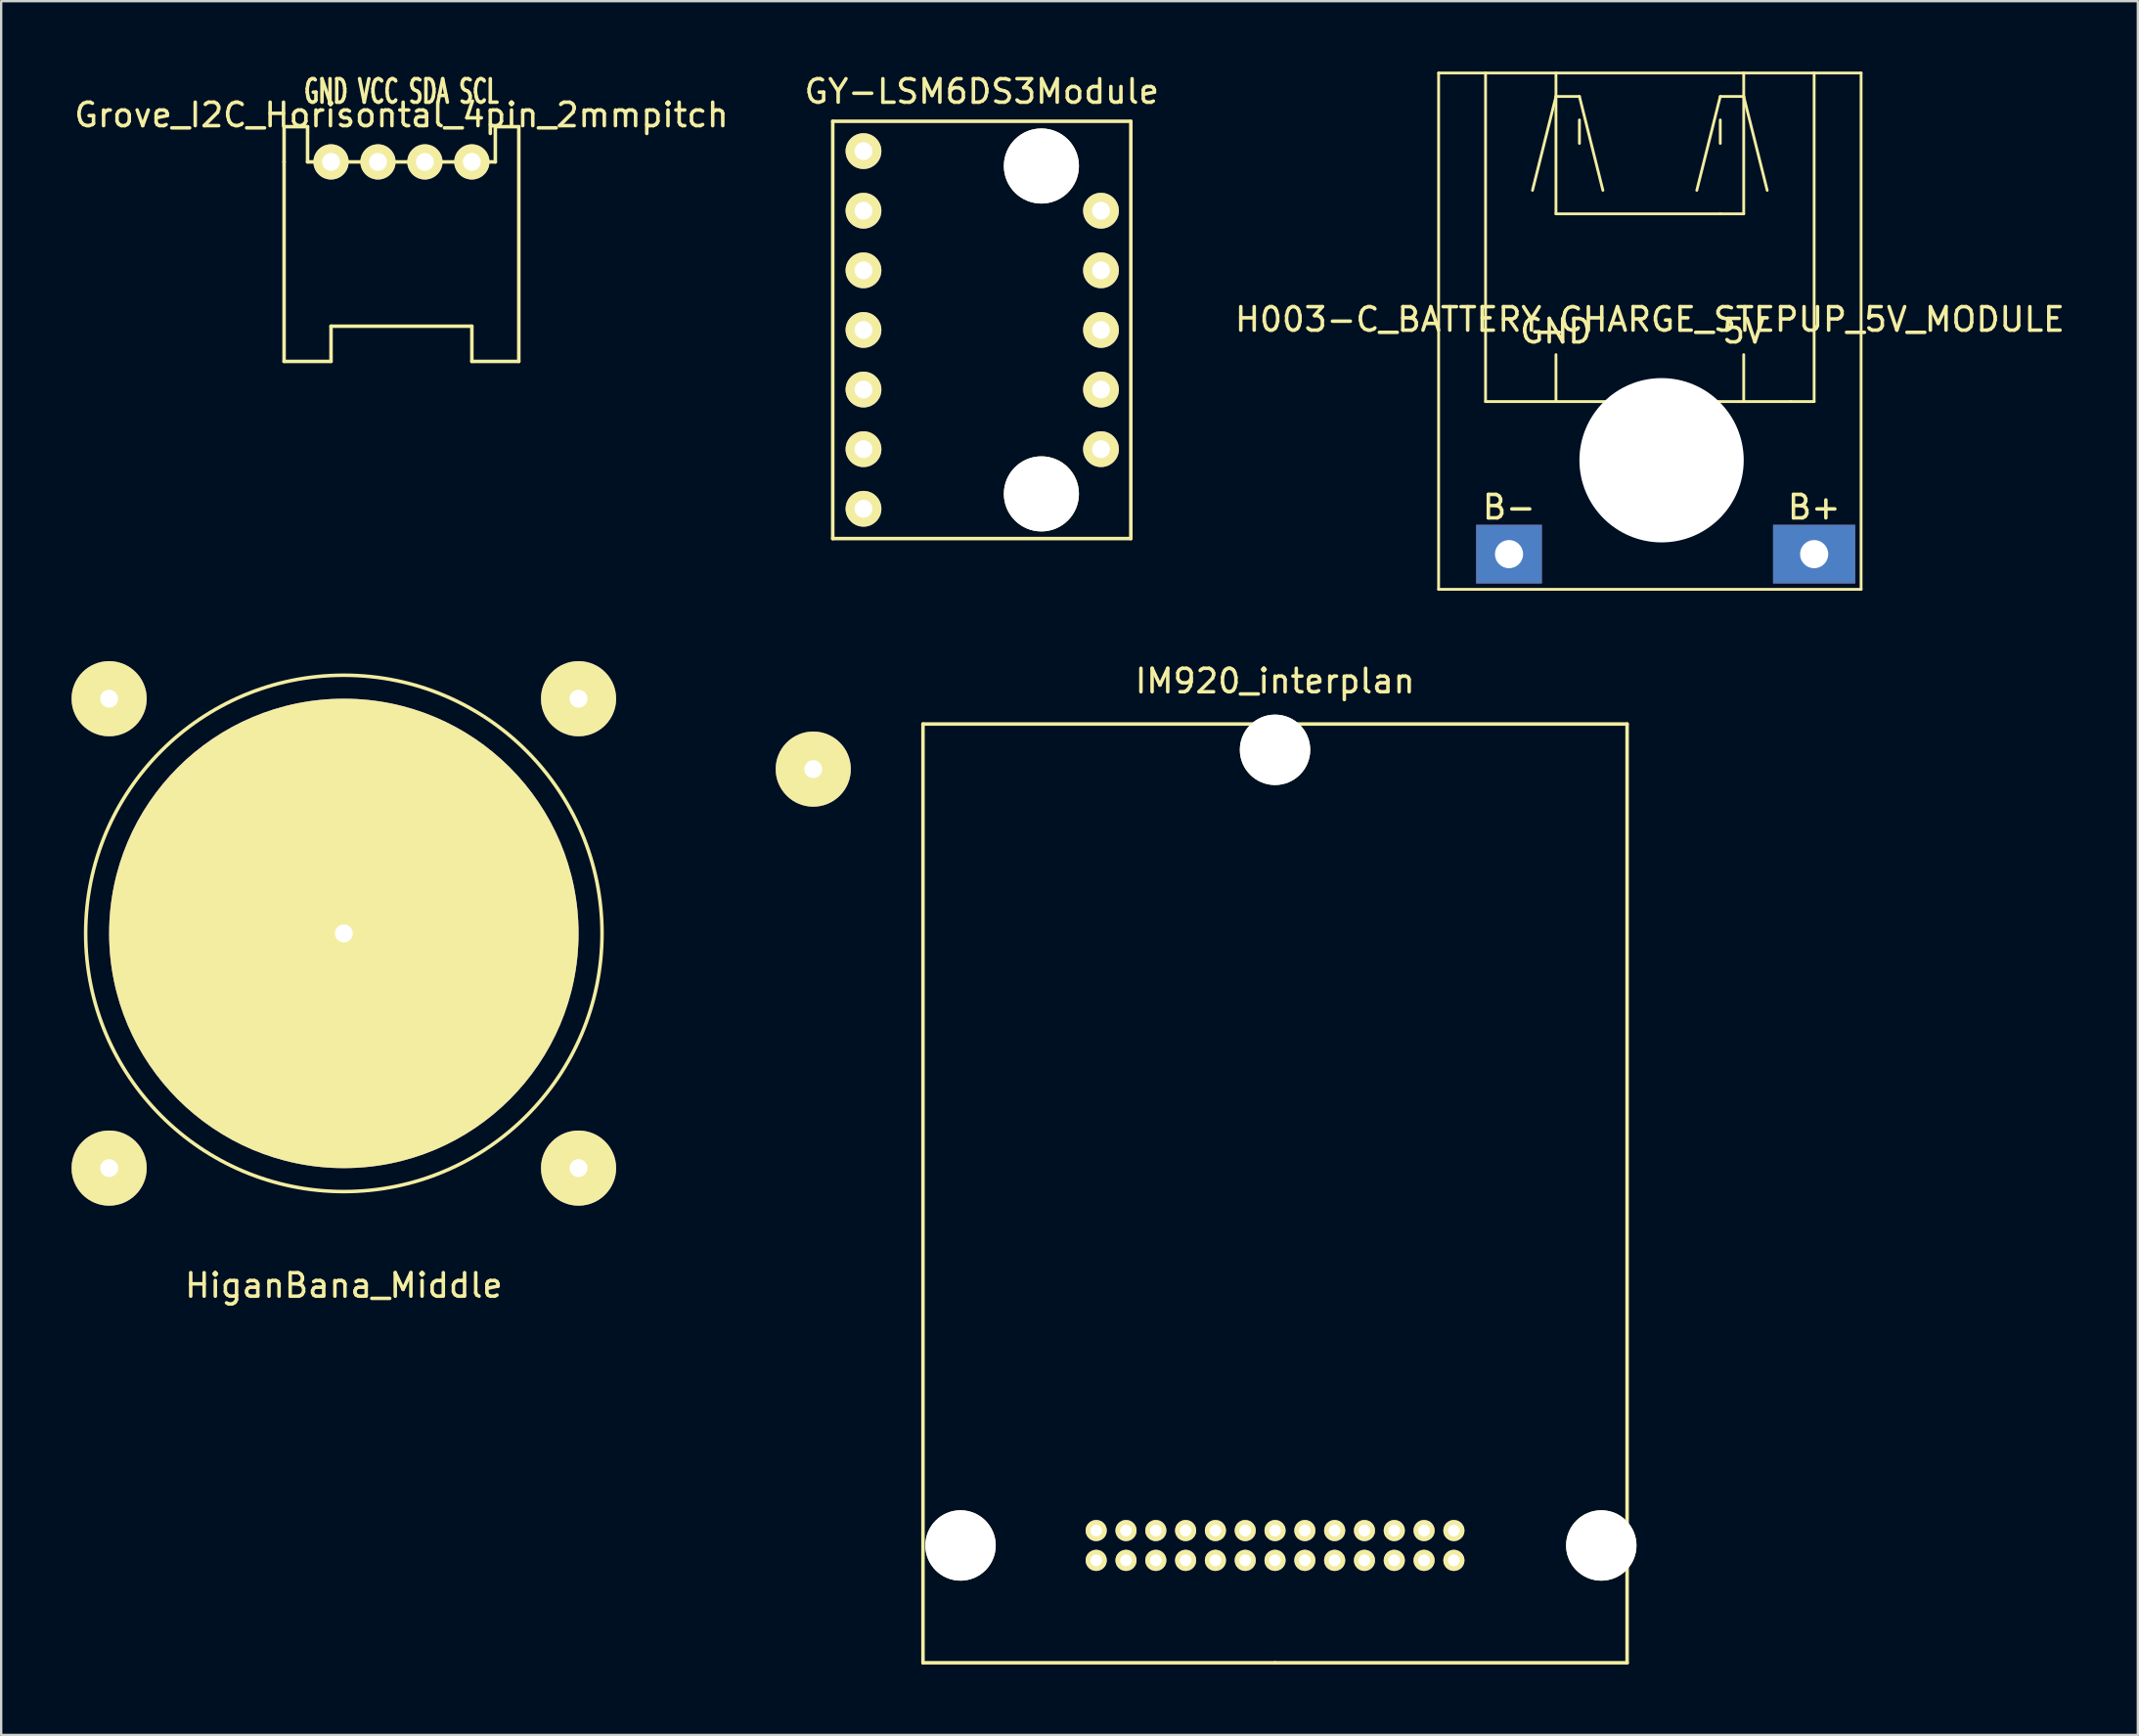
<source format=kicad_pcb>
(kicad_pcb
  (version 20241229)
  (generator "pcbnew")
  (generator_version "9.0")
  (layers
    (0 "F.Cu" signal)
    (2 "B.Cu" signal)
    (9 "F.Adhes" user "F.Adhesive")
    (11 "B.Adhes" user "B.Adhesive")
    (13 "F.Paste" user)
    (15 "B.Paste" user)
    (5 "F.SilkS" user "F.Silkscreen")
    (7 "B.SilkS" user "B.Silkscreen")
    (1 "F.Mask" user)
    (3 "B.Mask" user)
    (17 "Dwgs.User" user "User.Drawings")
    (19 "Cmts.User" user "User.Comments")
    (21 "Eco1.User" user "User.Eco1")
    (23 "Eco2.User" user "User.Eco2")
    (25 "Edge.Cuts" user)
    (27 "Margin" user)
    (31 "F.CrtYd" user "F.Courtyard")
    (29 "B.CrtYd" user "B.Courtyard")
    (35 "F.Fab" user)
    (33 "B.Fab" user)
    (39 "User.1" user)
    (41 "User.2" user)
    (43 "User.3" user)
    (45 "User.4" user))
  (footprint "HiganBana_Middle"
    (layer "F.Cu")
    (at 11.6 36.72)
    (property "Reference" "HiganBana_Middle" (at 0 15 0) (layer "F.SilkS") (effects (font (size 1 1) (thickness 0.15))))
    (attr through_hole)
    (fp_circle (center 0 0) (end 11 0) (stroke (width 0.15) (type solid)) (fill no) (layer "F.SilkS"))
    (pad "" np_thru_hole circle (at -10 -10) (size 3.2 3.2) (drill 0.762) (layers "*.Cu" "*.Mask" "F.SilkS"))
    (pad "" np_thru_hole circle (at -10 10) (size 3.2 3.2) (drill 0.762) (layers "*.Cu" "*.Mask" "F.SilkS"))
    (pad "" np_thru_hole circle (at 0 0) (size 20 20) (drill 0.762) (layers "*.Cu" "*.Mask" "F.SilkS"))
    (pad "" np_thru_hole circle (at 10 -10) (size 3.2 3.2) (drill 0.762) (layers "*.Cu" "*.Mask" "F.SilkS"))
    (pad "" np_thru_hole circle (at 10 10) (size 3.2 3.2) (drill 0.762) (layers "*.Cu" "*.Mask" "F.SilkS"))
    (pad "" np_thru_hole circle (at 20 -7) (size 3.2 3.2) (drill 0.762) (layers "*.Cu" "*.Mask" "F.SilkS")))
  (footprint "H003-C_BATTERY_CHARGE_STEPUP_5V_MODULE"
    (layer "F.Cu")
    (at 67.244 10.06)
    (property "Reference" "H003-C_BATTERY_CHARGE_STEPUP_5V_MODULE" (at 0 0.5 0) (layer "F.SilkS") (effects (font (size 1 1) (thickness 0.15))))
    (attr through_hole)
    (fp_line (start -9 -10) (end -9 12) (stroke (width 0.12) (type solid)) (layer "F.SilkS"))
    (fp_line (start -9 12) (end 9 12) (stroke (width 0.12) (type solid)) (layer "F.SilkS"))
    (fp_line (start -7 -10) (end -7 4) (stroke (width 0.12) (type solid)) (layer "F.SilkS"))
    (fp_line (start -7 4) (end 6 4) (stroke (width 0.12) (type solid)) (layer "F.SilkS"))
    (fp_line (start -5 -5) (end -4 -9) (stroke (width 0.12) (type solid)) (layer "F.SilkS"))
    (fp_line (start -4 -10) (end -4 -4) (stroke (width 0.12) (type solid)) (layer "F.SilkS"))
    (fp_line (start -4 -9) (end -3 -9) (stroke (width 0.12) (type solid)) (layer "F.SilkS"))
    (fp_line (start -4 -4) (end 3 -4) (stroke (width 0.12) (type solid)) (layer "F.SilkS"))
    (fp_line (start -4 2) (end -4 4) (stroke (width 0.12) (type solid)) (layer "F.SilkS"))
    (fp_line (start -3 -9) (end -2 -5) (stroke (width 0.12) (type solid)) (layer "F.SilkS"))
    (fp_line (start -3 -8) (end -3 -7) (stroke (width 0.12) (type solid)) (layer "F.SilkS"))
    (fp_line (start 3 -9) (end 2 -5) (stroke (width 0.12) (type solid)) (layer "F.SilkS"))
    (fp_line (start 3 -8) (end 3 -7) (stroke (width 0.12) (type solid)) (layer "F.SilkS"))
    (fp_line (start 3 -4) (end 4 -4) (stroke (width 0.12) (type solid)) (layer "F.SilkS"))
    (fp_line (start 4 -9) (end 3 -9) (stroke (width 0.12) (type solid)) (layer "F.SilkS"))
    (fp_line (start 4 -4) (end 4 -10) (stroke (width 0.12) (type solid)) (layer "F.SilkS"))
    (fp_line (start 4 2) (end 4 4) (stroke (width 0.12) (type solid)) (layer "F.SilkS"))
    (fp_line (start 5 -5) (end 4 -9) (stroke (width 0.12) (type solid)) (layer "F.SilkS"))
    (fp_line (start 6 4) (end 7 4) (stroke (width 0.12) (type solid)) (layer "F.SilkS"))
    (fp_line (start 7 4) (end 7 -10) (stroke (width 0.12) (type solid)) (layer "F.SilkS"))
    (fp_line (start 9 -10) (end -9 -10) (stroke (width 0.12) (type solid)) (layer "F.SilkS"))
    (fp_line (start 9 12) (end 9 -10) (stroke (width 0.12) (type solid)) (layer "F.SilkS"))
    (fp_text user "5V" (at 4 1 0) (layer "F.SilkS") (effects (font (size 1 1) (thickness 0.15))))
    (fp_text user "B-" (at -6 8.5 0) (layer "F.SilkS") (effects (font (size 1 1) (thickness 0.15))))
    (fp_text user "GND" (at -4 1 0) (layer "F.SilkS") (effects (font (size 1 1) (thickness 0.15))))
    (fp_text user "B+" (at 7 8.5 0) (layer "F.SilkS") (effects (font (size 1 1) (thickness 0.15))))
    (pad "" np_thru_hole circle (at 0.5 6.5) (size 7 7) (drill 7) (layers "*.Cu" "*.Mask"))
    (pad "1" thru_hole rect (at 7 10.5) (size 3.5 2.5) (drill 1.2) (layers "*.Cu" "*.Mask"))
    (pad "2" thru_hole rect (at -6 10.5) (size 2.8 2.5) (drill 1.2) (layers "*.Cu" "*.Mask")))
  (footprint "GY-LSM6DS3Module"
    (layer "F.Cu")
    (at 38.78 11.008)
    (property "Reference" "GY-LSM6DS3Module" (at 0 -10.16 0) (layer "F.SilkS") (effects (font (size 1 1) (thickness 0.15))))
    (attr through_hole)
    (fp_line (start -6.35 -8.89) (end -6.35 8.89) (stroke (width 0.15) (type solid)) (layer "F.SilkS"))
    (fp_line (start -6.35 8.89) (end 6.35 8.89) (stroke (width 0.15) (type solid)) (layer "F.SilkS"))
    (fp_line (start 6.35 -8.89) (end -6.35 -8.89) (stroke (width 0.15) (type solid)) (layer "F.SilkS"))
    (fp_line (start 6.35 8.89) (end 6.35 -8.89) (stroke (width 0.15) (type solid)) (layer "F.SilkS"))
    (pad "" np_thru_hole circle (at 2.54 -6.985) (size 3.2 3.2) (drill 3.2) (layers "*.Cu" "*.Mask" "F.SilkS"))
    (pad "" np_thru_hole circle (at 2.54 6.985) (size 3.2 3.2) (drill 3.2) (layers "*.Cu" "*.Mask" "F.SilkS"))
    (pad "1" thru_hole circle (at -5.04 -7.62) (size 1.524 1.524) (drill 0.762) (layers "*.Cu" "*.Mask" "F.SilkS"))
    (pad "2" thru_hole circle (at -5.04 -5.08) (size 1.524 1.524) (drill 0.762) (layers "*.Cu" "*.Mask" "F.SilkS"))
    (pad "3" thru_hole circle (at -5.04 -2.54) (size 1.524 1.524) (drill 0.762) (layers "*.Cu" "*.Mask" "F.SilkS"))
    (pad "4" thru_hole circle (at -5.04 0) (size 1.524 1.524) (drill 0.762) (layers "*.Cu" "*.Mask" "F.SilkS"))
    (pad "5" thru_hole circle (at -5.04 2.54) (size 1.524 1.524) (drill 0.762) (layers "*.Cu" "*.Mask" "F.SilkS"))
    (pad "6" thru_hole circle (at -5.04 5.08) (size 1.524 1.524) (drill 0.762) (layers "*.Cu" "*.Mask" "F.SilkS"))
    (pad "7" thru_hole circle (at -5.04 7.62) (size 1.524 1.524) (drill 0.762) (layers "*.Cu" "*.Mask" "F.SilkS"))
    (pad "8" thru_hole circle (at 5.08 5.08) (size 1.524 1.524) (drill 0.762) (layers "*.Cu" "*.Mask" "F.SilkS"))
    (pad "9" thru_hole circle (at 5.08 2.54) (size 1.524 1.524) (drill 0.762) (layers "*.Cu" "*.Mask" "F.SilkS"))
    (pad "10" thru_hole circle (at 5.08 0) (size 1.524 1.524) (drill 0.762) (layers "*.Cu" "*.Mask" "F.SilkS"))
    (pad "11" thru_hole circle (at 5.08 -2.54) (size 1.524 1.524) (drill 0.762) (layers "*.Cu" "*.Mask" "F.SilkS"))
    (pad "12" thru_hole circle (at 5.08 -5.08) (size 1.524 1.524) (drill 0.762) (layers "*.Cu" "*.Mask" "F.SilkS")))
  (footprint "Grove_I2C_Horisontal_4pin_2mmpitch"
    (layer "F.Cu")
    (at 14.054 3.848)
    (property "Reference" "Grove_I2C_Horisontal_4pin_2mmpitch" (at 0 -2 0) (layer "F.SilkS") (effects (font (size 1 1) (thickness 0.15))))
    (attr through_hole)
    (fp_line (start -5 -1.5) (end -4 -1.5) (stroke (width 0.15) (type solid)) (layer "F.SilkS"))
    (fp_line (start -5 0) (end -5 -1.5) (stroke (width 0.15) (type solid)) (layer "F.SilkS"))
    (fp_line (start -5 8.5) (end -5 0) (stroke (width 0.15) (type solid)) (layer "F.SilkS"))
    (fp_line (start -5 8.5) (end -3 8.5) (stroke (width 0.15) (type solid)) (layer "F.SilkS"))
    (fp_line (start -4 -1.5) (end -4 0) (stroke (width 0.15) (type solid)) (layer "F.SilkS"))
    (fp_line (start -4 0) (end 4 0) (stroke (width 0.15) (type solid)) (layer "F.SilkS"))
    (fp_line (start -3 7) (end 3 7) (stroke (width 0.15) (type solid)) (layer "F.SilkS"))
    (fp_line (start -3 8.5) (end -3 7) (stroke (width 0.15) (type solid)) (layer "F.SilkS"))
    (fp_line (start 3 8.5) (end 3 7) (stroke (width 0.15) (type solid)) (layer "F.SilkS"))
    (fp_line (start 4 -1.5) (end 5 -1.5) (stroke (width 0.15) (type solid)) (layer "F.SilkS"))
    (fp_line (start 4 0) (end 4 -1.5) (stroke (width 0.15) (type solid)) (layer "F.SilkS"))
    (fp_line (start 5 -1.5) (end 5 8.5) (stroke (width 0.15) (type solid)) (layer "F.SilkS"))
    (fp_line (start 5 8.5) (end 3 8.5) (stroke (width 0.15) (type solid)) (layer "F.SilkS"))
    (fp_text user "GND VCC SDA SCL" (at 0 -3 0) (layer "F.SilkS") (effects (font (size 1 0.6) (thickness 0.15))))
    (pad "1" thru_hole circle (at -3 0) (size 1.5 1.5) (drill 0.762) (layers "*.Cu" "*.Mask" "F.SilkS"))
    (pad "2" thru_hole circle (at -1 0) (size 1.5 1.5) (drill 0.762) (layers "*.Cu" "*.Mask" "F.SilkS"))
    (pad "3" thru_hole circle (at 1 0) (size 1.5 1.5) (drill 0.762) (layers "*.Cu" "*.Mask" "F.SilkS"))
    (pad "4" thru_hole circle (at 3 0) (size 1.5 1.5) (drill 0.762) (layers "*.Cu" "*.Mask" "F.SilkS")))
  (footprint "IM920_interplan"
    (layer "F.Cu")
    (at 51.275 62.798)
    (property "Reference" "IM920_interplan" (at 0 -36.83 0) (layer "F.SilkS") (effects (font (size 1 1) (thickness 0.15))))
    (attr through_hole)
    (fp_line (start -15 -35) (end -15 5) (stroke (width 0.15) (type solid)) (layer "F.SilkS"))
    (fp_line (start -15 5) (end 0 5) (stroke (width 0.15) (type solid)) (layer "F.SilkS"))
    (fp_line (start 0 5) (end 15 5) (stroke (width 0.15) (type solid)) (layer "F.SilkS"))
    (fp_line (start 15 -35) (end -15 -35) (stroke (width 0.15) (type solid)) (layer "F.SilkS"))
    (fp_line (start 15 5) (end 15 -35) (stroke (width 0.15) (type solid)) (layer "F.SilkS"))
    (pad "" np_thru_hole circle (at -13.4 0) (size 3 3) (drill 3) (layers "*.Cu" "*.Mask" "F.SilkS"))
    (pad "" np_thru_hole circle (at 0 -33.9) (size 3 3) (drill 3) (layers "*.Cu" "*.Mask" "F.SilkS"))
    (pad "" np_thru_hole circle (at 13.9 0) (size 3 3) (drill 3) (layers "*.Cu" "*.Mask" "F.SilkS"))
    (pad "1" thru_hole circle (at -7.62 0.635) (size 0.9 0.9) (drill 0.5) (layers "*.Cu" "*.Mask" "F.SilkS"))
    (pad "2" thru_hole circle (at -7.62 -0.635) (size 0.9 0.9) (drill 0.5) (layers "*.Cu" "*.Mask" "F.SilkS"))
    (pad "3" thru_hole circle (at -6.35 0.635) (size 0.9 0.9) (drill 0.5) (layers "*.Cu" "*.Mask" "F.SilkS"))
    (pad "4" thru_hole circle (at -6.35 -0.635) (size 0.9 0.9) (drill 0.5) (layers "*.Cu" "*.Mask" "F.SilkS"))
    (pad "5" thru_hole circle (at -5.08 0.635) (size 0.9 0.9) (drill 0.5) (layers "*.Cu" "*.Mask" "F.SilkS"))
    (pad "6" thru_hole circle (at -5.08 -0.635) (size 0.9 0.9) (drill 0.5) (layers "*.Cu" "*.Mask" "F.SilkS"))
    (pad "7" thru_hole circle (at -3.81 0.635) (size 0.9 0.9) (drill 0.5) (layers "*.Cu" "*.Mask" "F.SilkS"))
    (pad "8" thru_hole circle (at -3.81 -0.635) (size 0.9 0.9) (drill 0.5) (layers "*.Cu" "*.Mask" "F.SilkS"))
    (pad "9" thru_hole circle (at -2.54 0.635) (size 0.9 0.9) (drill 0.5) (layers "*.Cu" "*.Mask" "F.SilkS"))
    (pad "10" thru_hole circle (at -2.54 -0.635) (size 0.9 0.9) (drill 0.5) (layers "*.Cu" "*.Mask" "F.SilkS"))
    (pad "11" thru_hole circle (at -1.27 0.635) (size 0.9 0.9) (drill 0.5) (layers "*.Cu" "*.Mask" "F.SilkS"))
    (pad "12" thru_hole circle (at -1.27 -0.635) (size 0.9 0.9) (drill 0.5) (layers "*.Cu" "*.Mask" "F.SilkS"))
    (pad "13" thru_hole circle (at 0 0.635) (size 0.9 0.9) (drill 0.5) (layers "*.Cu" "*.Mask" "F.SilkS"))
    (pad "14" thru_hole circle (at 0 -0.635) (size 0.9 0.9) (drill 0.5) (layers "*.Cu" "*.Mask" "F.SilkS"))
    (pad "15" thru_hole circle (at 1.27 0.635) (size 0.9 0.9) (drill 0.5) (layers "*.Cu" "*.Mask" "F.SilkS"))
    (pad "16" thru_hole circle (at 1.27 -0.635) (size 0.9 0.9) (drill 0.5) (layers "*.Cu" "*.Mask" "F.SilkS"))
    (pad "17" thru_hole circle (at 2.54 0.635) (size 0.9 0.9) (drill 0.5) (layers "*.Cu" "*.Mask" "F.SilkS"))
    (pad "18" thru_hole circle (at 2.54 -0.635) (size 0.9 0.9) (drill 0.5) (layers "*.Cu" "*.Mask" "F.SilkS"))
    (pad "19" thru_hole circle (at 3.81 0.635) (size 0.9 0.9) (drill 0.5) (layers "*.Cu" "*.Mask" "F.SilkS"))
    (pad "20" thru_hole circle (at 3.81 -0.635) (size 0.9 0.9) (drill 0.5) (layers "*.Cu" "*.Mask" "F.SilkS"))
    (pad "21" thru_hole circle (at 5.08 0.635) (size 0.9 0.9) (drill 0.5) (layers "*.Cu" "*.Mask" "F.SilkS"))
    (pad "22" thru_hole circle (at 5.08 -0.635) (size 0.9 0.9) (drill 0.5) (layers "*.Cu" "*.Mask" "F.SilkS"))
    (pad "23" thru_hole circle (at 6.35 0.635) (size 0.9 0.9) (drill 0.5) (layers "*.Cu" "*.Mask" "F.SilkS"))
    (pad "24" thru_hole circle (at 6.35 -0.635) (size 0.9 0.9) (drill 0.5) (layers "*.Cu" "*.Mask" "F.SilkS"))
    (pad "25" thru_hole circle (at 7.62 0.635) (size 0.9 0.9) (drill 0.5) (layers "*.Cu" "*.Mask" "F.SilkS"))
    (pad "26" thru_hole circle (at 7.62 -0.635) (size 0.9 0.9) (drill 0.5) (layers "*.Cu" "*.Mask" "F.SilkS")))
  (gr_rect
    (start -3 -3)
    (end 88.036 70.873)
    (stroke (width 0.1) (type default))
    (fill no)
    (layer "Edge.Cuts")))
</source>
